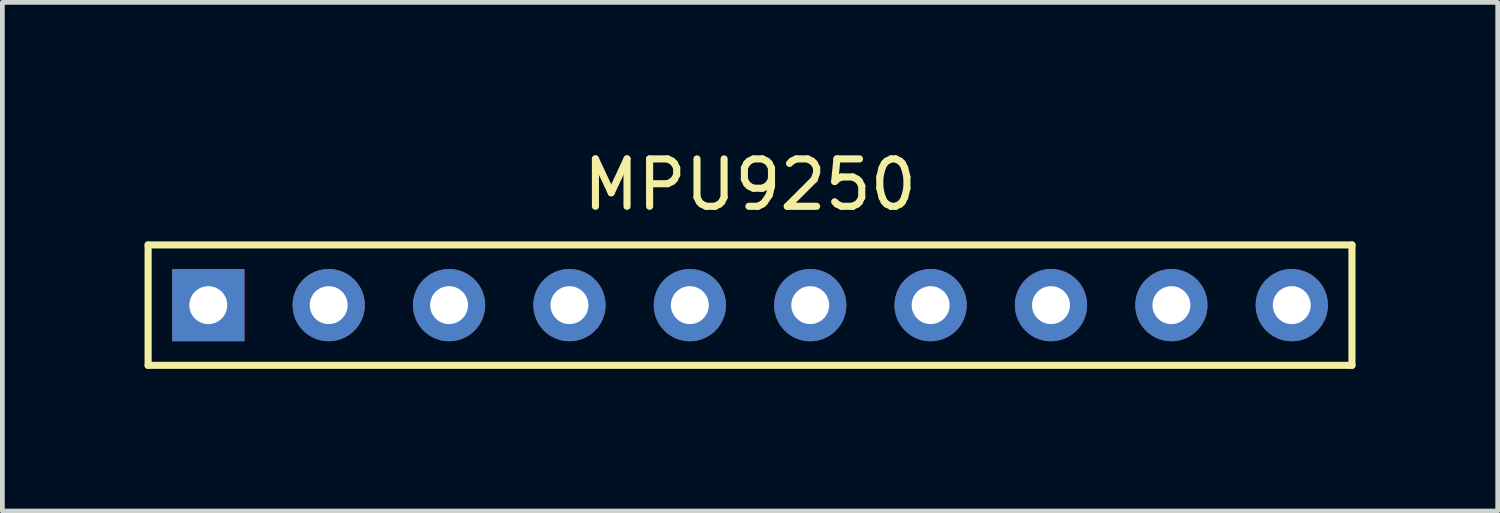
<source format=kicad_pcb>
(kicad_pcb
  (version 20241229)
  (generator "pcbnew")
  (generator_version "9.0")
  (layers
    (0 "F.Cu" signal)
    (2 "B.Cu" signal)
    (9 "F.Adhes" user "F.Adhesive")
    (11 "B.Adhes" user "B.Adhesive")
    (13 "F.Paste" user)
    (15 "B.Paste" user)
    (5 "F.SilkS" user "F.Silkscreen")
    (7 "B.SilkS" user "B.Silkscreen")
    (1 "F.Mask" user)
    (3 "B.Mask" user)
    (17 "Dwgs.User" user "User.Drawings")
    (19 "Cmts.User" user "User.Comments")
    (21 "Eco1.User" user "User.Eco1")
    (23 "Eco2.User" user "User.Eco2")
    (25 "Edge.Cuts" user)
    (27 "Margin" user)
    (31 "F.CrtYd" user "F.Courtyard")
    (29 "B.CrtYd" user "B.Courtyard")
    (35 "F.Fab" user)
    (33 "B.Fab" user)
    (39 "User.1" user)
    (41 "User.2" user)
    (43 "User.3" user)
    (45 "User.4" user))
  (footprint "MPU9250"
    (layer "F.Cu")
    (at 12.775 3.388)
    (property "Reference" "MPU9250" (at 0 -2.54 0) (layer "F.SilkS") (effects (font (size 1 1) (thickness 0.15))))
    (attr through_hole)
    (fp_line (start -12.7 -1.27) (end 12.7 -1.27) (stroke (width 0.15) (type solid)) (layer "F.SilkS"))
    (fp_line (start -12.7 1.27) (end -12.7 -1.27) (stroke (width 0.15) (type solid)) (layer "F.SilkS"))
    (fp_line (start 12.7 -1.27) (end 12.7 1.27) (stroke (width 0.15) (type solid)) (layer "F.SilkS"))
    (fp_line (start 12.7 1.27) (end -12.7 1.27) (stroke (width 0.15) (type solid)) (layer "F.SilkS"))
    (pad "1" thru_hole rect (at -11.43 0) (size 1.524 1.524) (drill 0.8) (layers "*.Cu" "*.Mask"))
    (pad "2" thru_hole circle (at -8.89 0) (size 1.524 1.524) (drill 0.8) (layers "*.Cu" "*.Mask"))
    (pad "3" thru_hole circle (at -6.35 0) (size 1.524 1.524) (drill 0.8) (layers "*.Cu" "*.Mask"))
    (pad "4" thru_hole circle (at -3.81 0) (size 1.524 1.524) (drill 0.8) (layers "*.Cu" "*.Mask"))
    (pad "5" thru_hole circle (at -1.27 0) (size 1.524 1.524) (drill 0.8) (layers "*.Cu" "*.Mask"))
    (pad "6" thru_hole circle (at 1.27 0) (size 1.524 1.524) (drill 0.8) (layers "*.Cu" "*.Mask"))
    (pad "7" thru_hole circle (at 3.81 0) (size 1.524 1.524) (drill 0.8) (layers "*.Cu" "*.Mask"))
    (pad "8" thru_hole circle (at 6.35 0) (size 1.524 1.524) (drill 0.8) (layers "*.Cu" "*.Mask"))
    (pad "9" thru_hole circle (at 8.89 0) (size 1.524 1.524) (drill 0.8) (layers "*.Cu" "*.Mask"))
    (pad "10" thru_hole circle (at 11.43 0) (size 1.524 1.524) (drill 0.8) (layers "*.Cu" "*.Mask")))
  (gr_rect
    (start -3 -3)
    (end 28.55 7.733)
    (stroke (width 0.1) (type default))
    (fill no)
    (layer "Edge.Cuts")))
</source>
